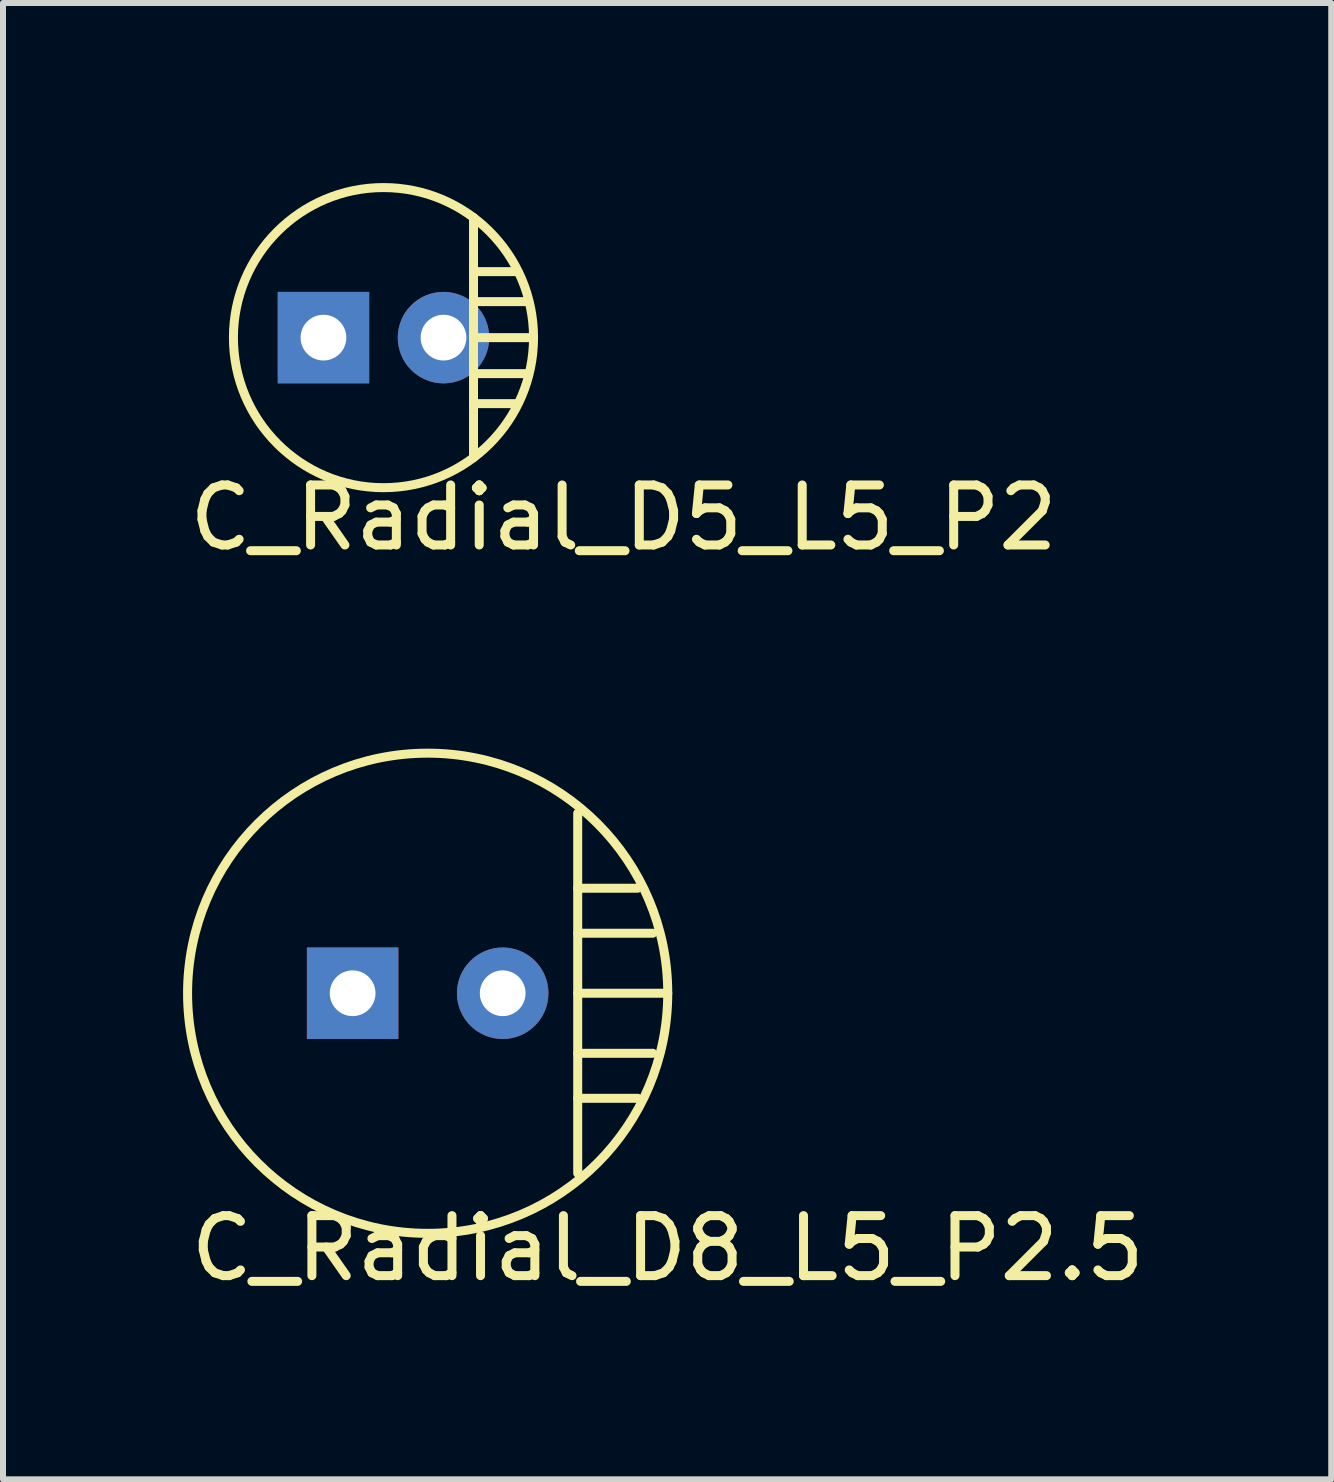
<source format=kicad_pcb>
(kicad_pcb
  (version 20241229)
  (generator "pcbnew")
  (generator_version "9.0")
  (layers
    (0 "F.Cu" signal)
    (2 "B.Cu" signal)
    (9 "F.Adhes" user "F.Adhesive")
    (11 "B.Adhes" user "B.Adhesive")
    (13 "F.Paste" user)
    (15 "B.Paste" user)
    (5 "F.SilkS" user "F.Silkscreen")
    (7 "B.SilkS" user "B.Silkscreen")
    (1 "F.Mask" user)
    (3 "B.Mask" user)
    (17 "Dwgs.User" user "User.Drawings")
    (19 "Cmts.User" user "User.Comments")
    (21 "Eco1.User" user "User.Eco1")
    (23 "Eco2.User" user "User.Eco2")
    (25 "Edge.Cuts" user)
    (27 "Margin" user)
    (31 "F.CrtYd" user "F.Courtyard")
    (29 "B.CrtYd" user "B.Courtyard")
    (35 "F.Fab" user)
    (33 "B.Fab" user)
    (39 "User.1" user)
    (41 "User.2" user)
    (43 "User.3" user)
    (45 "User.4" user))
  (footprint "C_Radial_D5_L5_P2"
    (layer "F.Cu")
    (at 3.339 2.575)
    (property "Reference" "C_Radial_D5_L5_P2" (at 4 3 0) (layer "F.SilkS") (effects (font (size 1 1) (thickness 0.15))))
    (attr through_hole)
    (fp_line (start 1.5 -2) (end 1.5 2) (stroke (width 0.15) (type solid)) (layer "F.SilkS"))
    (fp_line (start 1.5 -1.1) (end 2.2 -1.1) (stroke (width 0.15) (type solid)) (layer "F.SilkS"))
    (fp_line (start 1.5 -0.6) (end 2.4 -0.6) (stroke (width 0.15) (type solid)) (layer "F.SilkS"))
    (fp_line (start 1.5 0) (end 2.5 0) (stroke (width 0.15) (type solid)) (layer "F.SilkS"))
    (fp_line (start 1.5 0.6) (end 2.4 0.6) (stroke (width 0.15) (type solid)) (layer "F.SilkS"))
    (fp_line (start 1.5 1.1) (end 2.2 1.1) (stroke (width 0.15) (type solid)) (layer "F.SilkS"))
    (fp_circle (center 0 0) (end 2.5 0) (stroke (width 0.15) (type solid)) (fill no) (layer "F.SilkS"))
    (pad "1" thru_hole rect (at -1 0) (size 1.524 1.524) (drill 0.762) (layers "*.Cu" "*.Mask"))
    (pad "2" thru_hole circle (at 1 0) (size 1.524 1.524) (drill 0.762) (layers "*.Cu" "*.Mask")))
  (footprint "C_Radial_D8_L5_P2.5"
    (layer "F.Cu")
    (at 4.075 13.498)
    (property "Reference" "C_Radial_D8_L5_P2.5" (at 4 4.25 0) (layer "F.SilkS") (effects (font (size 1 1) (thickness 0.15))))
    (attr through_hole)
    (fp_line (start 2.5 -1.75) (end 3.5 -1.75) (stroke (width 0.15) (type solid)) (layer "F.SilkS"))
    (fp_line (start 2.5 -1) (end 3.75 -1) (stroke (width 0.15) (type solid)) (layer "F.SilkS"))
    (fp_line (start 2.5 0) (end 4 0) (stroke (width 0.15) (type solid)) (layer "F.SilkS"))
    (fp_line (start 2.5 1) (end 3.75 1) (stroke (width 0.15) (type solid)) (layer "F.SilkS"))
    (fp_line (start 2.5 1.75) (end 3.5 1.75) (stroke (width 0.15) (type solid)) (layer "F.SilkS"))
    (fp_line (start 2.5 3) (end 2.5 -3) (stroke (width 0.15) (type solid)) (layer "F.SilkS"))
    (fp_circle (center 0 0) (end 4 0) (stroke (width 0.15) (type solid)) (fill no) (layer "F.SilkS"))
    (pad "1" thru_hole rect (at -1.25 0) (size 1.524 1.524) (drill 0.762) (layers "*.Cu" "*.Mask"))
    (pad "2" thru_hole circle (at 1.25 0) (size 1.524 1.524) (drill 0.762) (layers "*.Cu" "*.Mask")))
  (gr_rect
    (start -3 -3)
    (end 19.129 21.596)
    (stroke (width 0.1) (type default))
    (fill no)
    (layer "Edge.Cuts")))
</source>
